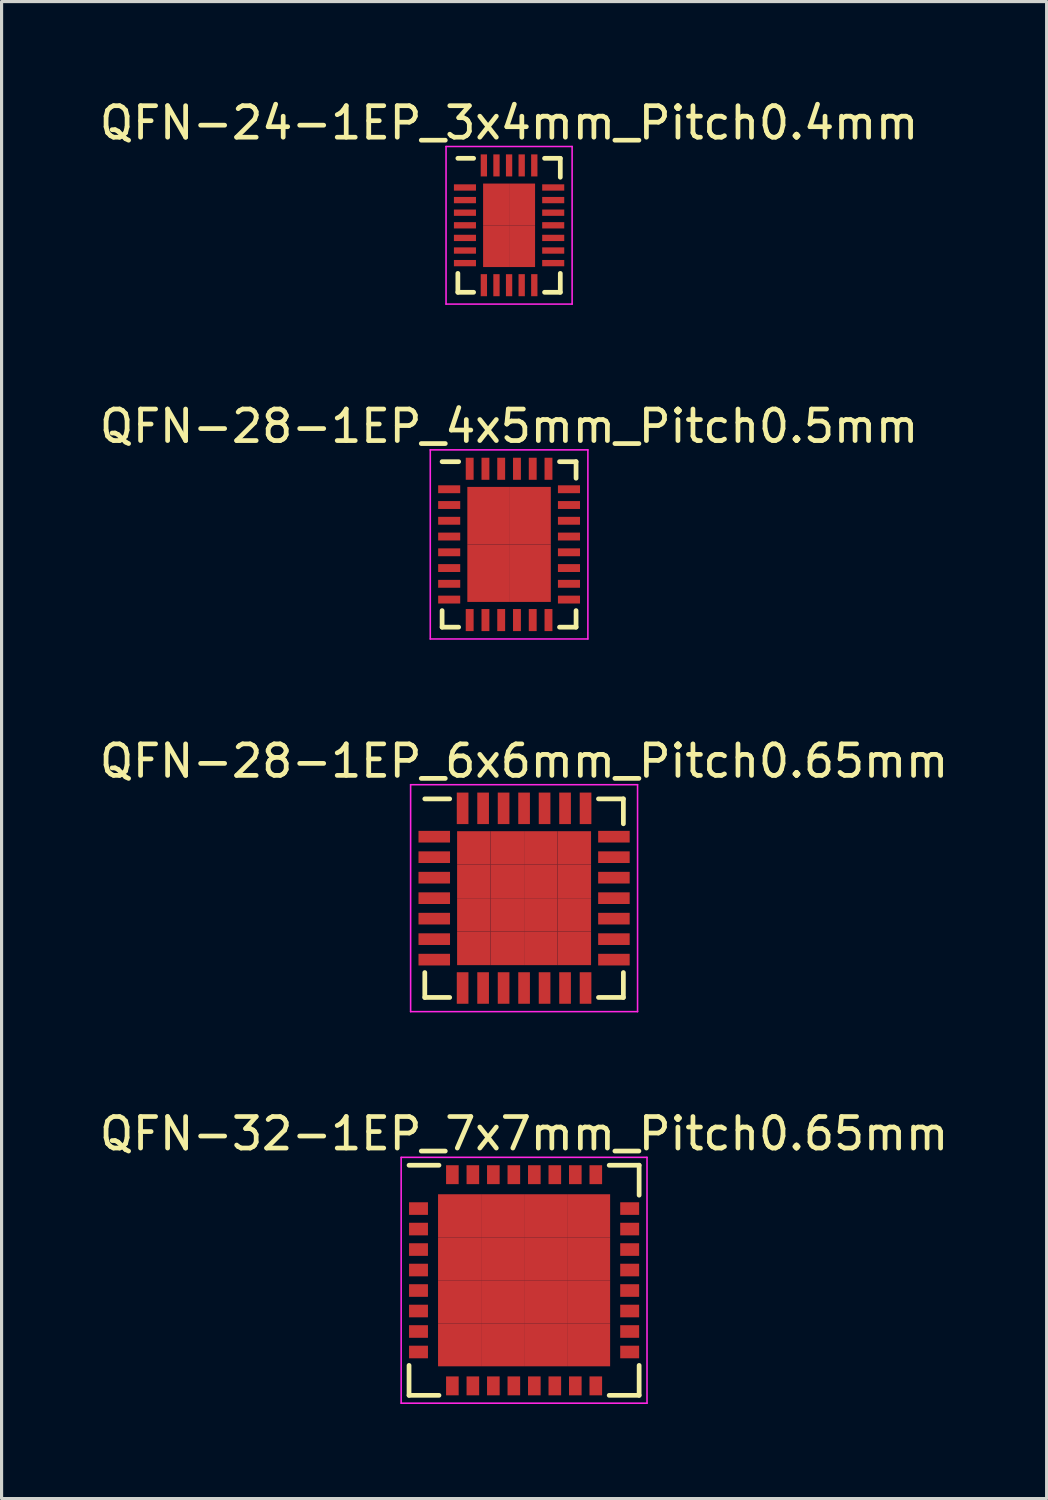
<source format=kicad_pcb>
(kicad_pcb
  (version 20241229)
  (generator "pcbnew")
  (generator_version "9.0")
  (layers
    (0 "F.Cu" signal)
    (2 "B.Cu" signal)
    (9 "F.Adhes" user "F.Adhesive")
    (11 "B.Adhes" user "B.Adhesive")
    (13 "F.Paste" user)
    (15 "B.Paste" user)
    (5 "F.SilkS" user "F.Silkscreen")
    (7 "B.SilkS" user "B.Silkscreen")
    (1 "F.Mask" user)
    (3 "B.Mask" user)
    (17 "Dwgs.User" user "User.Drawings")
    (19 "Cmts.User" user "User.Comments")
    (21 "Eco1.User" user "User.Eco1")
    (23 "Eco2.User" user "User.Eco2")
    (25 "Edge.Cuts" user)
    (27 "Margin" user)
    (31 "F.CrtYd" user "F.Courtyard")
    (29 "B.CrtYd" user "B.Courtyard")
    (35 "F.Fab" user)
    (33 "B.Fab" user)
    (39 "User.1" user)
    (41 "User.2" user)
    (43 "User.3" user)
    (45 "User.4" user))
  (footprint "QFN-32-1EP_7x7mm_Pitch0.65mm"
    (layer "F.Cu")
    (at 13.577 37.568)
    (property "Reference" "QFN-32-1EP_7x7mm_Pitch0.65mm" (at 0 -4.65 0) (layer "F.SilkS") (effects (font (size 1 1) (thickness 0.15))))
    (attr smd)
    (fp_line (start -3.65 -3.65) (end -2.7 -3.65) (stroke (width 0.15) (type solid)) (layer "F.SilkS"))
    (fp_line (start -3.65 3.65) (end -3.65 2.7) (stroke (width 0.15) (type solid)) (layer "F.SilkS"))
    (fp_line (start -3.65 3.65) (end -2.7 3.65) (stroke (width 0.15) (type solid)) (layer "F.SilkS"))
    (fp_line (start 3.65 -3.65) (end 2.7 -3.65) (stroke (width 0.15) (type solid)) (layer "F.SilkS"))
    (fp_line (start 3.65 -3.65) (end 3.65 -2.7) (stroke (width 0.15) (type solid)) (layer "F.SilkS"))
    (fp_line (start 3.65 3.65) (end 2.7 3.65) (stroke (width 0.15) (type solid)) (layer "F.SilkS"))
    (fp_line (start 3.65 3.65) (end 3.65 2.7) (stroke (width 0.15) (type solid)) (layer "F.SilkS"))
    (fp_line (start -3.9 -3.9) (end -3.9 3.9) (stroke (width 0.05) (type solid)) (layer "F.CrtYd"))
    (fp_line (start -3.9 -3.9) (end 3.9 -3.9) (stroke (width 0.05) (type solid)) (layer "F.CrtYd"))
    (fp_line (start -3.9 3.9) (end 3.9 3.9) (stroke (width 0.05) (type solid)) (layer "F.CrtYd"))
    (fp_line (start 3.9 -3.9) (end 3.9 3.9) (stroke (width 0.05) (type solid)) (layer "F.CrtYd"))
    (pad "1" smd rect (at -3.35 -2.275) (size 0.6 0.4) (layers "F.Cu" "F.Mask" "F.Paste"))
    (pad "2" smd rect (at -3.35 -1.625) (size 0.6 0.4) (layers "F.Cu" "F.Mask" "F.Paste"))
    (pad "3" smd rect (at -3.35 -0.975) (size 0.6 0.4) (layers "F.Cu" "F.Mask" "F.Paste"))
    (pad "4" smd rect (at -3.35 -0.325) (size 0.6 0.4) (layers "F.Cu" "F.Mask" "F.Paste"))
    (pad "5" smd rect (at -3.35 0.325) (size 0.6 0.4) (layers "F.Cu" "F.Mask" "F.Paste"))
    (pad "6" smd rect (at -3.35 0.975) (size 0.6 0.4) (layers "F.Cu" "F.Mask" "F.Paste"))
    (pad "7" smd rect (at -3.35 1.625) (size 0.6 0.4) (layers "F.Cu" "F.Mask" "F.Paste"))
    (pad "8" smd rect (at -3.35 2.275) (size 0.6 0.4) (layers "F.Cu" "F.Mask" "F.Paste"))
    (pad "9" smd rect (at -2.275 3.35 90) (size 0.6 0.4) (layers "F.Cu" "F.Mask" "F.Paste"))
    (pad "10" smd rect (at -1.625 3.35 90) (size 0.6 0.4) (layers "F.Cu" "F.Mask" "F.Paste"))
    (pad "11" smd rect (at -0.975 3.35 90) (size 0.6 0.4) (layers "F.Cu" "F.Mask" "F.Paste"))
    (pad "12" smd rect (at -0.325 3.35 90) (size 0.6 0.4) (layers "F.Cu" "F.Mask" "F.Paste"))
    (pad "13" smd rect (at 0.325 3.35 90) (size 0.6 0.4) (layers "F.Cu" "F.Mask" "F.Paste"))
    (pad "14" smd rect (at 0.975 3.35 90) (size 0.6 0.4) (layers "F.Cu" "F.Mask" "F.Paste"))
    (pad "15" smd rect (at 1.625 3.35 90) (size 0.6 0.4) (layers "F.Cu" "F.Mask" "F.Paste"))
    (pad "16" smd rect (at 2.275 3.35 90) (size 0.6 0.4) (layers "F.Cu" "F.Mask" "F.Paste"))
    (pad "17" smd rect (at 3.35 2.275) (size 0.6 0.4) (layers "F.Cu" "F.Mask" "F.Paste"))
    (pad "18" smd rect (at 3.35 1.625) (size 0.6 0.4) (layers "F.Cu" "F.Mask" "F.Paste"))
    (pad "19" smd rect (at 3.35 0.975) (size 0.6 0.4) (layers "F.Cu" "F.Mask" "F.Paste"))
    (pad "20" smd rect (at 3.35 0.325) (size 0.6 0.4) (layers "F.Cu" "F.Mask" "F.Paste"))
    (pad "21" smd rect (at 3.35 -0.325) (size 0.6 0.4) (layers "F.Cu" "F.Mask" "F.Paste"))
    (pad "22" smd rect (at 3.35 -0.975) (size 0.6 0.4) (layers "F.Cu" "F.Mask" "F.Paste"))
    (pad "23" smd rect (at 3.35 -1.625) (size 0.6 0.4) (layers "F.Cu" "F.Mask" "F.Paste"))
    (pad "24" smd rect (at 3.35 -2.275) (size 0.6 0.4) (layers "F.Cu" "F.Mask" "F.Paste"))
    (pad "25" smd rect (at 2.275 -3.35 90) (size 0.6 0.4) (layers "F.Cu" "F.Mask" "F.Paste"))
    (pad "26" smd rect (at 1.625 -3.35 90) (size 0.6 0.4) (layers "F.Cu" "F.Mask" "F.Paste"))
    (pad "27" smd rect (at 0.975 -3.35 90) (size 0.6 0.4) (layers "F.Cu" "F.Mask" "F.Paste"))
    (pad "28" smd rect (at 0.325 -3.35 90) (size 0.6 0.4) (layers "F.Cu" "F.Mask" "F.Paste"))
    (pad "29" smd rect (at -0.325 -3.35 90) (size 0.6 0.4) (layers "F.Cu" "F.Mask" "F.Paste"))
    (pad "30" smd rect (at -0.975 -3.35 90) (size 0.6 0.4) (layers "F.Cu" "F.Mask" "F.Paste"))
    (pad "31" smd rect (at -1.625 -3.35 90) (size 0.6 0.4) (layers "F.Cu" "F.Mask" "F.Paste"))
    (pad "32" smd rect (at -2.275 -3.35 90) (size 0.6 0.4) (layers "F.Cu" "F.Mask" "F.Paste"))
    (pad "33" smd rect (at -2.047 -2.047) (size 1.365 1.365) (layers "F.Cu" "F.Mask" "F.Paste"))
    (pad "33" smd rect (at -2.047 -0.682) (size 1.365 1.365) (layers "F.Cu" "F.Mask" "F.Paste"))
    (pad "33" smd rect (at -2.047 0.682) (size 1.365 1.365) (layers "F.Cu" "F.Mask" "F.Paste"))
    (pad "33" smd rect (at -2.047 2.047) (size 1.365 1.365) (layers "F.Cu" "F.Mask" "F.Paste"))
    (pad "33" smd rect (at -0.682 -2.047) (size 1.365 1.365) (layers "F.Cu" "F.Mask" "F.Paste"))
    (pad "33" smd rect (at -0.682 -0.682) (size 1.365 1.365) (layers "F.Cu" "F.Mask" "F.Paste"))
    (pad "33" smd rect (at -0.682 0.682) (size 1.365 1.365) (layers "F.Cu" "F.Mask" "F.Paste"))
    (pad "33" smd rect (at -0.682 2.047) (size 1.365 1.365) (layers "F.Cu" "F.Mask" "F.Paste"))
    (pad "33" smd rect (at 0.682 -2.047) (size 1.365 1.365) (layers "F.Cu" "F.Mask" "F.Paste"))
    (pad "33" smd rect (at 0.682 -0.682) (size 1.365 1.365) (layers "F.Cu" "F.Mask" "F.Paste"))
    (pad "33" smd rect (at 0.682 0.682) (size 1.365 1.365) (layers "F.Cu" "F.Mask" "F.Paste"))
    (pad "33" smd rect (at 0.682 2.047) (size 1.365 1.365) (layers "F.Cu" "F.Mask" "F.Paste"))
    (pad "33" smd rect (at 2.047 -2.047) (size 1.365 1.365) (layers "F.Cu" "F.Mask" "F.Paste"))
    (pad "33" smd rect (at 2.047 -0.682) (size 1.365 1.365) (layers "F.Cu" "F.Mask" "F.Paste"))
    (pad "33" smd rect (at 2.047 0.682) (size 1.365 1.365) (layers "F.Cu" "F.Mask" "F.Paste"))
    (pad "33" smd rect (at 2.047 2.047) (size 1.365 1.365) (layers "F.Cu" "F.Mask" "F.Paste")))
  (footprint "QFN-28-1EP_6x6mm_Pitch0.65mm"
    (layer "F.Cu")
    (at 13.577 25.445)
    (property "Reference" "QFN-28-1EP_6x6mm_Pitch0.65mm" (at 0 -4.35 0) (layer "F.SilkS") (effects (font (size 1 1) (thickness 0.15))))
    (attr smd)
    (fp_line (start -3.15 -3.15) (end -2.36 -3.15) (stroke (width 0.15) (type solid)) (layer "F.SilkS"))
    (fp_line (start -3.15 3.15) (end -3.15 2.36) (stroke (width 0.15) (type solid)) (layer "F.SilkS"))
    (fp_line (start -3.15 3.15) (end -2.36 3.15) (stroke (width 0.15) (type solid)) (layer "F.SilkS"))
    (fp_line (start 3.15 -3.15) (end 2.36 -3.15) (stroke (width 0.15) (type solid)) (layer "F.SilkS"))
    (fp_line (start 3.15 -3.15) (end 3.15 -2.36) (stroke (width 0.15) (type solid)) (layer "F.SilkS"))
    (fp_line (start 3.15 3.15) (end 2.36 3.15) (stroke (width 0.15) (type solid)) (layer "F.SilkS"))
    (fp_line (start 3.15 3.15) (end 3.15 2.36) (stroke (width 0.15) (type solid)) (layer "F.SilkS"))
    (fp_line (start -3.6 -3.6) (end -3.6 3.6) (stroke (width 0.05) (type solid)) (layer "F.CrtYd"))
    (fp_line (start -3.6 -3.6) (end 3.6 -3.6) (stroke (width 0.05) (type solid)) (layer "F.CrtYd"))
    (fp_line (start -3.6 3.6) (end 3.6 3.6) (stroke (width 0.05) (type solid)) (layer "F.CrtYd"))
    (fp_line (start 3.6 -3.6) (end 3.6 3.6) (stroke (width 0.05) (type solid)) (layer "F.CrtYd"))
    (pad "1" smd rect (at -2.85 -1.95) (size 1 0.37) (layers "F.Cu" "F.Mask" "F.Paste"))
    (pad "2" smd rect (at -2.85 -1.3) (size 1 0.37) (layers "F.Cu" "F.Mask" "F.Paste"))
    (pad "3" smd rect (at -2.85 -0.65) (size 1 0.37) (layers "F.Cu" "F.Mask" "F.Paste"))
    (pad "4" smd rect (at -2.85 0) (size 1 0.37) (layers "F.Cu" "F.Mask" "F.Paste"))
    (pad "5" smd rect (at -2.85 0.65) (size 1 0.37) (layers "F.Cu" "F.Mask" "F.Paste"))
    (pad "6" smd rect (at -2.85 1.3) (size 1 0.37) (layers "F.Cu" "F.Mask" "F.Paste"))
    (pad "7" smd rect (at -2.85 1.95) (size 1 0.37) (layers "F.Cu" "F.Mask" "F.Paste"))
    (pad "8" smd rect (at -1.95 2.85 90) (size 1 0.37) (layers "F.Cu" "F.Mask" "F.Paste"))
    (pad "9" smd rect (at -1.3 2.85 90) (size 1 0.37) (layers "F.Cu" "F.Mask" "F.Paste"))
    (pad "10" smd rect (at -0.65 2.85 90) (size 1 0.37) (layers "F.Cu" "F.Mask" "F.Paste"))
    (pad "11" smd rect (at 0 2.85 90) (size 1 0.37) (layers "F.Cu" "F.Mask" "F.Paste"))
    (pad "12" smd rect (at 0.65 2.85 90) (size 1 0.37) (layers "F.Cu" "F.Mask" "F.Paste"))
    (pad "13" smd rect (at 1.3 2.85 90) (size 1 0.37) (layers "F.Cu" "F.Mask" "F.Paste"))
    (pad "14" smd rect (at 1.95 2.85 90) (size 1 0.37) (layers "F.Cu" "F.Mask" "F.Paste"))
    (pad "15" smd rect (at 2.85 1.95) (size 1 0.37) (layers "F.Cu" "F.Mask" "F.Paste"))
    (pad "16" smd rect (at 2.85 1.3) (size 1 0.37) (layers "F.Cu" "F.Mask" "F.Paste"))
    (pad "17" smd rect (at 2.85 0.65) (size 1 0.37) (layers "F.Cu" "F.Mask" "F.Paste"))
    (pad "18" smd rect (at 2.85 0) (size 1 0.37) (layers "F.Cu" "F.Mask" "F.Paste"))
    (pad "19" smd rect (at 2.85 -0.65) (size 1 0.37) (layers "F.Cu" "F.Mask" "F.Paste"))
    (pad "20" smd rect (at 2.85 -1.3) (size 1 0.37) (layers "F.Cu" "F.Mask" "F.Paste"))
    (pad "21" smd rect (at 2.85 -1.95) (size 1 0.37) (layers "F.Cu" "F.Mask" "F.Paste"))
    (pad "22" smd rect (at 1.95 -2.85 90) (size 1 0.37) (layers "F.Cu" "F.Mask" "F.Paste"))
    (pad "23" smd rect (at 1.3 -2.85 90) (size 1 0.37) (layers "F.Cu" "F.Mask" "F.Paste"))
    (pad "24" smd rect (at 0.65 -2.85 90) (size 1 0.37) (layers "F.Cu" "F.Mask" "F.Paste"))
    (pad "25" smd rect (at 0 -2.85 90) (size 1 0.37) (layers "F.Cu" "F.Mask" "F.Paste"))
    (pad "26" smd rect (at -0.65 -2.85 90) (size 1 0.37) (layers "F.Cu" "F.Mask" "F.Paste"))
    (pad "27" smd rect (at -1.3 -2.85 90) (size 1 0.37) (layers "F.Cu" "F.Mask" "F.Paste"))
    (pad "28" smd rect (at -1.95 -2.85 90) (size 1 0.37) (layers "F.Cu" "F.Mask" "F.Paste"))
    (pad "29" smd rect (at -1.594 -1.594) (size 1.062 1.062) (layers "F.Cu" "F.Mask" "F.Paste"))
    (pad "29" smd rect (at -1.594 -0.531) (size 1.062 1.062) (layers "F.Cu" "F.Mask" "F.Paste"))
    (pad "29" smd rect (at -1.594 0.531) (size 1.062 1.062) (layers "F.Cu" "F.Mask" "F.Paste"))
    (pad "29" smd rect (at -1.594 1.594) (size 1.062 1.062) (layers "F.Cu" "F.Mask" "F.Paste"))
    (pad "29" smd rect (at -0.531 -1.594) (size 1.062 1.062) (layers "F.Cu" "F.Mask" "F.Paste"))
    (pad "29" smd rect (at -0.531 -0.531) (size 1.062 1.062) (layers "F.Cu" "F.Mask" "F.Paste"))
    (pad "29" smd rect (at -0.531 0.531) (size 1.062 1.062) (layers "F.Cu" "F.Mask" "F.Paste"))
    (pad "29" smd rect (at -0.531 1.594) (size 1.062 1.062) (layers "F.Cu" "F.Mask" "F.Paste"))
    (pad "29" smd rect (at 0.531 -1.594) (size 1.062 1.062) (layers "F.Cu" "F.Mask" "F.Paste"))
    (pad "29" smd rect (at 0.531 -0.531) (size 1.062 1.062) (layers "F.Cu" "F.Mask" "F.Paste"))
    (pad "29" smd rect (at 0.531 0.531) (size 1.062 1.062) (layers "F.Cu" "F.Mask" "F.Paste"))
    (pad "29" smd rect (at 0.531 1.594) (size 1.062 1.062) (layers "F.Cu" "F.Mask" "F.Paste"))
    (pad "29" smd rect (at 1.594 -1.594) (size 1.062 1.062) (layers "F.Cu" "F.Mask" "F.Paste"))
    (pad "29" smd rect (at 1.594 -0.531) (size 1.062 1.062) (layers "F.Cu" "F.Mask" "F.Paste"))
    (pad "29" smd rect (at 1.594 0.531) (size 1.062 1.062) (layers "F.Cu" "F.Mask" "F.Paste"))
    (pad "29" smd rect (at 1.594 1.594) (size 1.062 1.062) (layers "F.Cu" "F.Mask" "F.Paste")))
  (footprint "QFN-24-1EP_3x4mm_Pitch0.4mm"
    (layer "F.Cu")
    (at 13.101 4.098)
    (property "Reference" "QFN-24-1EP_3x4mm_Pitch0.4mm" (at 0 -3.25 0) (layer "F.SilkS") (effects (font (size 1 1) (thickness 0.15))))
    (attr smd)
    (fp_line (start -1.625 -2.125) (end -1.125 -2.125) (stroke (width 0.15) (type solid)) (layer "F.SilkS"))
    (fp_line (start -1.625 2.125) (end -1.625 1.525) (stroke (width 0.15) (type solid)) (layer "F.SilkS"))
    (fp_line (start -1.625 2.125) (end -1.125 2.125) (stroke (width 0.15) (type solid)) (layer "F.SilkS"))
    (fp_line (start 1.625 -2.125) (end 1.125 -2.125) (stroke (width 0.15) (type solid)) (layer "F.SilkS"))
    (fp_line (start 1.625 -2.125) (end 1.625 -1.525) (stroke (width 0.15) (type solid)) (layer "F.SilkS"))
    (fp_line (start 1.625 2.125) (end 1.125 2.125) (stroke (width 0.15) (type solid)) (layer "F.SilkS"))
    (fp_line (start 1.625 2.125) (end 1.625 1.525) (stroke (width 0.15) (type solid)) (layer "F.SilkS"))
    (fp_line (start -2 -2.5) (end -2 2.5) (stroke (width 0.05) (type solid)) (layer "F.CrtYd"))
    (fp_line (start -2 -2.5) (end 2 -2.5) (stroke (width 0.05) (type solid)) (layer "F.CrtYd"))
    (fp_line (start -2 2.5) (end 2 2.5) (stroke (width 0.05) (type solid)) (layer "F.CrtYd"))
    (fp_line (start 2 -2.5) (end 2 2.5) (stroke (width 0.05) (type solid)) (layer "F.CrtYd"))
    (pad "1" smd rect (at -1.4 -1.2) (size 0.7 0.2) (layers "F.Cu" "F.Mask" "F.Paste"))
    (pad "2" smd rect (at -1.4 -0.8) (size 0.7 0.2) (layers "F.Cu" "F.Mask" "F.Paste"))
    (pad "3" smd rect (at -1.4 -0.4) (size 0.7 0.2) (layers "F.Cu" "F.Mask" "F.Paste"))
    (pad "4" smd rect (at -1.4 0) (size 0.7 0.2) (layers "F.Cu" "F.Mask" "F.Paste"))
    (pad "5" smd rect (at -1.4 0.4) (size 0.7 0.2) (layers "F.Cu" "F.Mask" "F.Paste"))
    (pad "6" smd rect (at -1.4 0.8) (size 0.7 0.2) (layers "F.Cu" "F.Mask" "F.Paste"))
    (pad "7" smd rect (at -1.4 1.2) (size 0.7 0.2) (layers "F.Cu" "F.Mask" "F.Paste"))
    (pad "8" smd rect (at -0.8 1.9 90) (size 0.7 0.2) (layers "F.Cu" "F.Mask" "F.Paste"))
    (pad "9" smd rect (at -0.4 1.9 90) (size 0.7 0.2) (layers "F.Cu" "F.Mask" "F.Paste"))
    (pad "10" smd rect (at 0 1.9 90) (size 0.7 0.2) (layers "F.Cu" "F.Mask" "F.Paste"))
    (pad "11" smd rect (at 0.4 1.9 90) (size 0.7 0.2) (layers "F.Cu" "F.Mask" "F.Paste"))
    (pad "12" smd rect (at 0.8 1.9 90) (size 0.7 0.2) (layers "F.Cu" "F.Mask" "F.Paste"))
    (pad "13" smd rect (at 1.4 1.2) (size 0.7 0.2) (layers "F.Cu" "F.Mask" "F.Paste"))
    (pad "14" smd rect (at 1.4 0.8) (size 0.7 0.2) (layers "F.Cu" "F.Mask" "F.Paste"))
    (pad "15" smd rect (at 1.4 0.4) (size 0.7 0.2) (layers "F.Cu" "F.Mask" "F.Paste"))
    (pad "16" smd rect (at 1.4 0) (size 0.7 0.2) (layers "F.Cu" "F.Mask" "F.Paste"))
    (pad "17" smd rect (at 1.4 -0.4) (size 0.7 0.2) (layers "F.Cu" "F.Mask" "F.Paste"))
    (pad "18" smd rect (at 1.4 -0.8) (size 0.7 0.2) (layers "F.Cu" "F.Mask" "F.Paste"))
    (pad "19" smd rect (at 1.4 -1.2) (size 0.7 0.2) (layers "F.Cu" "F.Mask" "F.Paste"))
    (pad "20" smd rect (at 0.8 -1.9 90) (size 0.7 0.2) (layers "F.Cu" "F.Mask" "F.Paste"))
    (pad "21" smd rect (at 0.4 -1.9 90) (size 0.7 0.2) (layers "F.Cu" "F.Mask" "F.Paste"))
    (pad "22" smd rect (at 0 -1.9 90) (size 0.7 0.2) (layers "F.Cu" "F.Mask" "F.Paste"))
    (pad "23" smd rect (at -0.4 -1.9 90) (size 0.7 0.2) (layers "F.Cu" "F.Mask" "F.Paste"))
    (pad "24" smd rect (at -0.8 -1.9 90) (size 0.7 0.2) (layers "F.Cu" "F.Mask" "F.Paste"))
    (pad "25" smd rect (at -0.412 -0.662) (size 0.825 1.325) (layers "F.Cu" "F.Mask" "F.Paste"))
    (pad "25" smd rect (at -0.412 0.662) (size 0.825 1.325) (layers "F.Cu" "F.Mask" "F.Paste"))
    (pad "25" smd rect (at 0.412 -0.662) (size 0.825 1.325) (layers "F.Cu" "F.Mask" "F.Paste"))
    (pad "25" smd rect (at 0.412 0.662) (size 0.825 1.325) (layers "F.Cu" "F.Mask" "F.Paste")))
  (footprint "QFN-28-1EP_4x5mm_Pitch0.5mm"
    (layer "F.Cu")
    (at 13.101 14.222)
    (property "Reference" "QFN-28-1EP_4x5mm_Pitch0.5mm" (at 0 -3.75 0) (layer "F.SilkS") (effects (font (size 1 1) (thickness 0.15))))
    (attr smd)
    (fp_line (start -2.125 -2.625) (end -1.6 -2.625) (stroke (width 0.15) (type solid)) (layer "F.SilkS"))
    (fp_line (start -2.125 2.625) (end -2.125 2.1) (stroke (width 0.15) (type solid)) (layer "F.SilkS"))
    (fp_line (start -2.125 2.625) (end -1.6 2.625) (stroke (width 0.15) (type solid)) (layer "F.SilkS"))
    (fp_line (start 2.125 -2.625) (end 1.6 -2.625) (stroke (width 0.15) (type solid)) (layer "F.SilkS"))
    (fp_line (start 2.125 -2.625) (end 2.125 -2.1) (stroke (width 0.15) (type solid)) (layer "F.SilkS"))
    (fp_line (start 2.125 2.625) (end 1.6 2.625) (stroke (width 0.15) (type solid)) (layer "F.SilkS"))
    (fp_line (start 2.125 2.625) (end 2.125 2.1) (stroke (width 0.15) (type solid)) (layer "F.SilkS"))
    (fp_line (start -2.5 -3) (end -2.5 3) (stroke (width 0.05) (type solid)) (layer "F.CrtYd"))
    (fp_line (start -2.5 -3) (end 2.5 -3) (stroke (width 0.05) (type solid)) (layer "F.CrtYd"))
    (fp_line (start -2.5 3) (end 2.5 3) (stroke (width 0.05) (type solid)) (layer "F.CrtYd"))
    (fp_line (start 2.5 -3) (end 2.5 3) (stroke (width 0.05) (type solid)) (layer "F.CrtYd"))
    (pad "1" smd rect (at -1.9 -1.75) (size 0.7 0.25) (layers "F.Cu" "F.Mask" "F.Paste"))
    (pad "2" smd rect (at -1.9 -1.25) (size 0.7 0.25) (layers "F.Cu" "F.Mask" "F.Paste"))
    (pad "3" smd rect (at -1.9 -0.75) (size 0.7 0.25) (layers "F.Cu" "F.Mask" "F.Paste"))
    (pad "4" smd rect (at -1.9 -0.25) (size 0.7 0.25) (layers "F.Cu" "F.Mask" "F.Paste"))
    (pad "5" smd rect (at -1.9 0.25) (size 0.7 0.25) (layers "F.Cu" "F.Mask" "F.Paste"))
    (pad "6" smd rect (at -1.9 0.75) (size 0.7 0.25) (layers "F.Cu" "F.Mask" "F.Paste"))
    (pad "7" smd rect (at -1.9 1.25) (size 0.7 0.25) (layers "F.Cu" "F.Mask" "F.Paste"))
    (pad "8" smd rect (at -1.9 1.75) (size 0.7 0.25) (layers "F.Cu" "F.Mask" "F.Paste"))
    (pad "9" smd rect (at -1.25 2.4 90) (size 0.7 0.25) (layers "F.Cu" "F.Mask" "F.Paste"))
    (pad "10" smd rect (at -0.75 2.4 90) (size 0.7 0.25) (layers "F.Cu" "F.Mask" "F.Paste"))
    (pad "11" smd rect (at -0.25 2.4 90) (size 0.7 0.25) (layers "F.Cu" "F.Mask" "F.Paste"))
    (pad "12" smd rect (at 0.25 2.4 90) (size 0.7 0.25) (layers "F.Cu" "F.Mask" "F.Paste"))
    (pad "13" smd rect (at 0.75 2.4 90) (size 0.7 0.25) (layers "F.Cu" "F.Mask" "F.Paste"))
    (pad "14" smd rect (at 1.25 2.4 90) (size 0.7 0.25) (layers "F.Cu" "F.Mask" "F.Paste"))
    (pad "15" smd rect (at 1.9 1.75) (size 0.7 0.25) (layers "F.Cu" "F.Mask" "F.Paste"))
    (pad "16" smd rect (at 1.9 1.25) (size 0.7 0.25) (layers "F.Cu" "F.Mask" "F.Paste"))
    (pad "17" smd rect (at 1.9 0.75) (size 0.7 0.25) (layers "F.Cu" "F.Mask" "F.Paste"))
    (pad "18" smd rect (at 1.9 0.25) (size 0.7 0.25) (layers "F.Cu" "F.Mask" "F.Paste"))
    (pad "19" smd rect (at 1.9 -0.25) (size 0.7 0.25) (layers "F.Cu" "F.Mask" "F.Paste"))
    (pad "20" smd rect (at 1.9 -0.75) (size 0.7 0.25) (layers "F.Cu" "F.Mask" "F.Paste"))
    (pad "21" smd rect (at 1.9 -1.25) (size 0.7 0.25) (layers "F.Cu" "F.Mask" "F.Paste"))
    (pad "22" smd rect (at 1.9 -1.75) (size 0.7 0.25) (layers "F.Cu" "F.Mask" "F.Paste"))
    (pad "23" smd rect (at 1.25 -2.4 90) (size 0.7 0.25) (layers "F.Cu" "F.Mask" "F.Paste"))
    (pad "24" smd rect (at 0.75 -2.4 90) (size 0.7 0.25) (layers "F.Cu" "F.Mask" "F.Paste"))
    (pad "25" smd rect (at 0.25 -2.4 90) (size 0.7 0.25) (layers "F.Cu" "F.Mask" "F.Paste"))
    (pad "26" smd rect (at -0.25 -2.4 90) (size 0.7 0.25) (layers "F.Cu" "F.Mask" "F.Paste"))
    (pad "27" smd rect (at -0.75 -2.4 90) (size 0.7 0.25) (layers "F.Cu" "F.Mask" "F.Paste"))
    (pad "28" smd rect (at -1.25 -2.4 90) (size 0.7 0.25) (layers "F.Cu" "F.Mask" "F.Paste"))
    (pad "29" smd rect (at -0.662 -0.912) (size 1.325 1.825) (layers "F.Cu" "F.Mask" "F.Paste"))
    (pad "29" smd rect (at -0.662 0.912) (size 1.325 1.825) (layers "F.Cu" "F.Mask" "F.Paste"))
    (pad "29" smd rect (at 0.662 -0.912) (size 1.325 1.825) (layers "F.Cu" "F.Mask" "F.Paste"))
    (pad "29" smd rect (at 0.662 0.912) (size 1.325 1.825) (layers "F.Cu" "F.Mask" "F.Paste")))
  (gr_rect
    (start -3 -3)
    (end 30.155 44.493)
    (stroke (width 0.1) (type default))
    (fill no)
    (layer "Edge.Cuts")))
</source>
